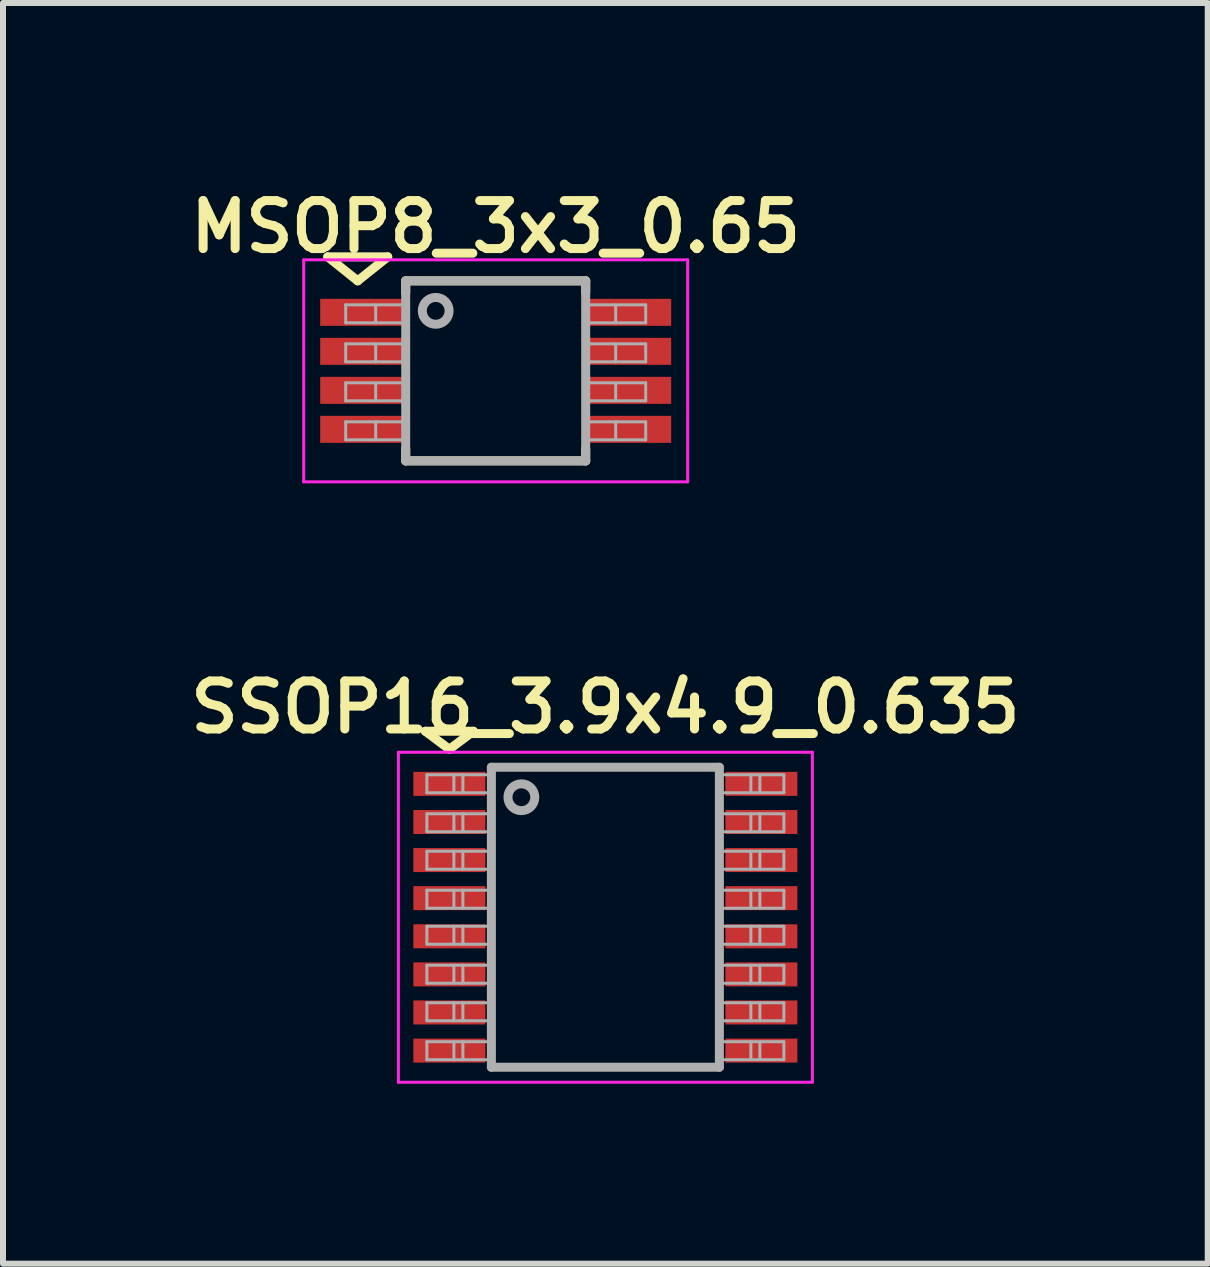
<source format=kicad_pcb>
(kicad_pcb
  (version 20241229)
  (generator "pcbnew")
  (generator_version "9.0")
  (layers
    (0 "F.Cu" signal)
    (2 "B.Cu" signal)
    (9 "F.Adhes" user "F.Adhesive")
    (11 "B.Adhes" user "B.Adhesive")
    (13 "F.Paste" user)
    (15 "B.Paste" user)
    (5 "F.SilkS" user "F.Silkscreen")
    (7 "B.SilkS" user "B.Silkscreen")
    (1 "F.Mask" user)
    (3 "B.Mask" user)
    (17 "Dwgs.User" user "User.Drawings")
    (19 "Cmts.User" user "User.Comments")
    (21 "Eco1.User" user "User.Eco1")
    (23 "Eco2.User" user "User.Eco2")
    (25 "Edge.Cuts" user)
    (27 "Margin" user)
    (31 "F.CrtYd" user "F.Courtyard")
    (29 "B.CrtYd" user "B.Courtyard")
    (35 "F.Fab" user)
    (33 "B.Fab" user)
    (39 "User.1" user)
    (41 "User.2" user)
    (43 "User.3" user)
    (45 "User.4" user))
  (footprint "MSOP8_3x3_0.65"
    (layer "F.Cu")
    (at 5.212 3.131)
    (property "Reference" "MSOP8_3x3_0.65" (at 0 -2.4 0) (layer "F.SilkS") (effects (font (size 0.8 0.8) (thickness 0.15))))
    (attr smd)
    (fp_line (start -2.8 -1.9) (end -1.8 -1.9) (stroke (width 0.15) (type solid)) (layer "F.SilkS"))
    (fp_line (start -2.3 -1.5) (end -2.8 -1.9) (stroke (width 0.15) (type solid)) (layer "F.SilkS"))
    (fp_line (start -2.3 -1.5) (end -1.8 -1.9) (stroke (width 0.15) (type solid)) (layer "F.SilkS"))
    (fp_line (start -1.5 -1.5) (end 1.5 -1.5) (stroke (width 0.15) (type solid)) (layer "F.SilkS"))
    (fp_line (start -1.5 -1.3) (end -1.5 -1.5) (stroke (width 0.15) (type solid)) (layer "F.SilkS"))
    (fp_line (start -1.5 1.5) (end -1.5 1.3) (stroke (width 0.15) (type solid)) (layer "F.SilkS"))
    (fp_line (start 1.5 -1.5) (end 1.5 -1.3) (stroke (width 0.15) (type solid)) (layer "F.SilkS"))
    (fp_line (start 1.5 1.3) (end 1.5 1.5) (stroke (width 0.15) (type solid)) (layer "F.SilkS"))
    (fp_line (start 1.5 1.5) (end -1.5 1.5) (stroke (width 0.15) (type solid)) (layer "F.SilkS"))
    (fp_line (start -3.2 -1.85) (end -3.2 1.85) (stroke (width 0.05) (type solid)) (layer "F.CrtYd"))
    (fp_line (start -3.2 -1.85) (end 3.2 -1.85) (stroke (width 0.05) (type solid)) (layer "F.CrtYd"))
    (fp_line (start -3.2 1.85) (end 3.2 1.85) (stroke (width 0.05) (type solid)) (layer "F.CrtYd"))
    (fp_line (start 3.2 -1.85) (end 3.2 1.85) (stroke (width 0.05) (type solid)) (layer "F.CrtYd"))
    (fp_line (start -2.5 -1.1) (end -2.5 -0.8) (stroke (width 0.05) (type solid)) (layer "F.Fab"))
    (fp_line (start -2.5 -0.8) (end -1.5 -0.8) (stroke (width 0.05) (type solid)) (layer "F.Fab"))
    (fp_line (start -2.5 -0.45) (end -2.5 -0.15) (stroke (width 0.05) (type solid)) (layer "F.Fab"))
    (fp_line (start -2.5 -0.15) (end -1.5 -0.15) (stroke (width 0.05) (type solid)) (layer "F.Fab"))
    (fp_line (start -2.5 0.2) (end -2.5 0.5) (stroke (width 0.05) (type solid)) (layer "F.Fab"))
    (fp_line (start -2.5 0.5) (end -1.5 0.5) (stroke (width 0.05) (type solid)) (layer "F.Fab"))
    (fp_line (start -2.5 0.85) (end -2.5 1.15) (stroke (width 0.05) (type solid)) (layer "F.Fab"))
    (fp_line (start -2.5 1.15) (end -1.5 1.15) (stroke (width 0.05) (type solid)) (layer "F.Fab"))
    (fp_line (start -2 -1.1) (end -2 -0.8) (stroke (width 0.05) (type solid)) (layer "F.Fab"))
    (fp_line (start -2 -0.45) (end -2 -0.15) (stroke (width 0.05) (type solid)) (layer "F.Fab"))
    (fp_line (start -2 0.2) (end -2 0.5) (stroke (width 0.05) (type solid)) (layer "F.Fab"))
    (fp_line (start -2 0.85) (end -2 1.15) (stroke (width 0.05) (type solid)) (layer "F.Fab"))
    (fp_line (start -1.5 -1.5) (end 1.5 -1.5) (stroke (width 0.15) (type solid)) (layer "F.Fab"))
    (fp_line (start -1.5 -1.1) (end -2.5 -1.1) (stroke (width 0.05) (type solid)) (layer "F.Fab"))
    (fp_line (start -1.5 -0.45) (end -2.5 -0.45) (stroke (width 0.05) (type solid)) (layer "F.Fab"))
    (fp_line (start -1.5 0.2) (end -2.5 0.2) (stroke (width 0.05) (type solid)) (layer "F.Fab"))
    (fp_line (start -1.5 0.85) (end -2.5 0.85) (stroke (width 0.05) (type solid)) (layer "F.Fab"))
    (fp_line (start -1.5 1.5) (end -1.5 -1.5) (stroke (width 0.15) (type solid)) (layer "F.Fab"))
    (fp_line (start 1.5 -1.5) (end 1.5 1.5) (stroke (width 0.15) (type solid)) (layer "F.Fab"))
    (fp_line (start 1.5 -0.8) (end 2.5 -0.8) (stroke (width 0.05) (type solid)) (layer "F.Fab"))
    (fp_line (start 1.5 -0.15) (end 2.5 -0.15) (stroke (width 0.05) (type solid)) (layer "F.Fab"))
    (fp_line (start 1.5 0.5) (end 2.5 0.5) (stroke (width 0.05) (type solid)) (layer "F.Fab"))
    (fp_line (start 1.5 1.15) (end 2.5 1.15) (stroke (width 0.05) (type solid)) (layer "F.Fab"))
    (fp_line (start 1.5 1.5) (end -1.5 1.5) (stroke (width 0.15) (type solid)) (layer "F.Fab"))
    (fp_line (start 2 -1.1) (end 2 -0.8) (stroke (width 0.05) (type solid)) (layer "F.Fab"))
    (fp_line (start 2 -0.45) (end 2 -0.15) (stroke (width 0.05) (type solid)) (layer "F.Fab"))
    (fp_line (start 2 0.2) (end 2 0.5) (stroke (width 0.05) (type solid)) (layer "F.Fab"))
    (fp_line (start 2 0.85) (end 2 1.15) (stroke (width 0.05) (type solid)) (layer "F.Fab"))
    (fp_line (start 2.5 -1.1) (end 1.5 -1.1) (stroke (width 0.05) (type solid)) (layer "F.Fab"))
    (fp_line (start 2.5 -1.1) (end 2.5 -0.8) (stroke (width 0.05) (type solid)) (layer "F.Fab"))
    (fp_line (start 2.5 -0.45) (end 1.5 -0.45) (stroke (width 0.05) (type solid)) (layer "F.Fab"))
    (fp_line (start 2.5 -0.45) (end 2.5 -0.15) (stroke (width 0.05) (type solid)) (layer "F.Fab"))
    (fp_line (start 2.5 0.2) (end 1.5 0.2) (stroke (width 0.05) (type solid)) (layer "F.Fab"))
    (fp_line (start 2.5 0.2) (end 2.5 0.5) (stroke (width 0.05) (type solid)) (layer "F.Fab"))
    (fp_line (start 2.5 0.85) (end 1.5 0.85) (stroke (width 0.05) (type solid)) (layer "F.Fab"))
    (fp_line (start 2.5 0.85) (end 2.5 1.15) (stroke (width 0.05) (type solid)) (layer "F.Fab"))
    (fp_circle (center -1 -1) (end -0.8 -0.9) (stroke (width 0.15) (type solid)) (fill no) (layer "F.Fab"))
    (pad "1" smd rect (at -2.2 -0.975) (size 1.45 0.45) (layers "F.Cu" "F.Mask" "F.Paste"))
    (pad "2" smd rect (at -2.2 -0.325) (size 1.45 0.45) (layers "F.Cu" "F.Mask" "F.Paste"))
    (pad "3" smd rect (at -2.2 0.325) (size 1.45 0.45) (layers "F.Cu" "F.Mask" "F.Paste"))
    (pad "4" smd rect (at -2.2 0.975) (size 1.45 0.45) (layers "F.Cu" "F.Mask" "F.Paste"))
    (pad "5" smd rect (at 2.2 0.975) (size 1.45 0.45) (layers "F.Cu" "F.Mask" "F.Paste"))
    (pad "6" smd rect (at 2.2 0.325) (size 1.45 0.45) (layers "F.Cu" "F.Mask" "F.Paste"))
    (pad "7" smd rect (at 2.2 -0.325) (size 1.45 0.45) (layers "F.Cu" "F.Mask" "F.Paste"))
    (pad "8" smd rect (at 2.2 -0.975) (size 1.45 0.45) (layers "F.Cu" "F.Mask" "F.Paste")))
  (footprint "SSOP16_3.9x4.9_0.635"
    (layer "F.Cu")
    (at 7.04 12.238)
    (property "Reference" "SSOP16_3.9x4.9_0.635" (at 0 -3.5 0) (layer "F.SilkS") (effects (font (size 0.8 0.8) (thickness 0.15))))
    (attr smd)
    (fp_line (start -3 -3.1) (end -2.6 -2.8) (stroke (width 0.15) (type solid)) (layer "F.SilkS"))
    (fp_line (start -2.6 -2.8) (end -2.2 -3.1) (stroke (width 0.15) (type solid)) (layer "F.SilkS"))
    (fp_line (start -2.2 -3.1) (end -3 -3.1) (stroke (width 0.15) (type solid)) (layer "F.SilkS"))
    (fp_line (start -3.45 -2.75) (end -3.45 2.75) (stroke (width 0.05) (type solid)) (layer "F.CrtYd"))
    (fp_line (start -3.45 -2.75) (end 3.45 -2.75) (stroke (width 0.05) (type solid)) (layer "F.CrtYd"))
    (fp_line (start -3.45 2.75) (end 3.45 2.75) (stroke (width 0.05) (type solid)) (layer "F.CrtYd"))
    (fp_line (start 3.45 -2.75) (end 3.45 2.75) (stroke (width 0.05) (type solid)) (layer "F.CrtYd"))
    (fp_line (start -2.975 -2.375) (end -2.975 -2.075) (stroke (width 0.05) (type solid)) (layer "F.Fab"))
    (fp_line (start -2.975 -2.075) (end -1.975 -2.075) (stroke (width 0.05) (type solid)) (layer "F.Fab"))
    (fp_line (start -2.975 -1.725) (end -2.975 -1.425) (stroke (width 0.05) (type solid)) (layer "F.Fab"))
    (fp_line (start -2.975 -1.425) (end -1.975 -1.425) (stroke (width 0.05) (type solid)) (layer "F.Fab"))
    (fp_line (start -2.975 -1.1) (end -2.975 -0.8) (stroke (width 0.05) (type solid)) (layer "F.Fab"))
    (fp_line (start -2.975 -0.8) (end -1.975 -0.8) (stroke (width 0.05) (type solid)) (layer "F.Fab"))
    (fp_line (start -2.975 -0.45) (end -2.975 -0.15) (stroke (width 0.05) (type solid)) (layer "F.Fab"))
    (fp_line (start -2.975 -0.15) (end -1.975 -0.15) (stroke (width 0.05) (type solid)) (layer "F.Fab"))
    (fp_line (start -2.975 0.15) (end -2.975 0.45) (stroke (width 0.05) (type solid)) (layer "F.Fab"))
    (fp_line (start -2.975 0.45) (end -1.975 0.45) (stroke (width 0.05) (type solid)) (layer "F.Fab"))
    (fp_line (start -2.975 0.8) (end -2.975 1.1) (stroke (width 0.05) (type solid)) (layer "F.Fab"))
    (fp_line (start -2.975 1.1) (end -1.975 1.1) (stroke (width 0.05) (type solid)) (layer "F.Fab"))
    (fp_line (start -2.975 1.425) (end -2.975 1.725) (stroke (width 0.05) (type solid)) (layer "F.Fab"))
    (fp_line (start -2.975 1.725) (end -1.975 1.725) (stroke (width 0.05) (type solid)) (layer "F.Fab"))
    (fp_line (start -2.975 2.075) (end -2.975 2.375) (stroke (width 0.05) (type solid)) (layer "F.Fab"))
    (fp_line (start -2.975 2.375) (end -1.975 2.375) (stroke (width 0.05) (type solid)) (layer "F.Fab"))
    (fp_line (start -2.525 -2.375) (end -2.525 -2.075) (stroke (width 0.05) (type solid)) (layer "F.Fab"))
    (fp_line (start -2.525 -1.725) (end -2.525 -1.425) (stroke (width 0.05) (type solid)) (layer "F.Fab"))
    (fp_line (start -2.525 -1.1) (end -2.525 -0.8) (stroke (width 0.05) (type solid)) (layer "F.Fab"))
    (fp_line (start -2.525 -0.45) (end -2.525 -0.15) (stroke (width 0.05) (type solid)) (layer "F.Fab"))
    (fp_line (start -2.525 0.15) (end -2.525 0.45) (stroke (width 0.05) (type solid)) (layer "F.Fab"))
    (fp_line (start -2.525 0.8) (end -2.525 1.1) (stroke (width 0.05) (type solid)) (layer "F.Fab"))
    (fp_line (start -2.525 1.425) (end -2.525 1.725) (stroke (width 0.05) (type solid)) (layer "F.Fab"))
    (fp_line (start -2.525 2.075) (end -2.525 2.375) (stroke (width 0.05) (type solid)) (layer "F.Fab"))
    (fp_line (start -2.375 -2.375) (end -2.375 -2.075) (stroke (width 0.05) (type solid)) (layer "F.Fab"))
    (fp_line (start -2.375 -1.725) (end -2.375 -1.425) (stroke (width 0.05) (type solid)) (layer "F.Fab"))
    (fp_line (start -2.375 -1.1) (end -2.375 -0.8) (stroke (width 0.05) (type solid)) (layer "F.Fab"))
    (fp_line (start -2.375 -0.45) (end -2.375 -0.15) (stroke (width 0.05) (type solid)) (layer "F.Fab"))
    (fp_line (start -2.375 0.15) (end -2.375 0.45) (stroke (width 0.05) (type solid)) (layer "F.Fab"))
    (fp_line (start -2.375 0.8) (end -2.375 1.1) (stroke (width 0.05) (type solid)) (layer "F.Fab"))
    (fp_line (start -2.375 1.425) (end -2.375 1.725) (stroke (width 0.05) (type solid)) (layer "F.Fab"))
    (fp_line (start -2.375 2.075) (end -2.375 2.375) (stroke (width 0.05) (type solid)) (layer "F.Fab"))
    (fp_line (start -1.975 -2.375) (end -2.975 -2.375) (stroke (width 0.05) (type solid)) (layer "F.Fab"))
    (fp_line (start -1.975 -1.725) (end -2.975 -1.725) (stroke (width 0.05) (type solid)) (layer "F.Fab"))
    (fp_line (start -1.975 -1.1) (end -2.975 -1.1) (stroke (width 0.05) (type solid)) (layer "F.Fab"))
    (fp_line (start -1.975 -0.45) (end -2.975 -0.45) (stroke (width 0.05) (type solid)) (layer "F.Fab"))
    (fp_line (start -1.975 0.15) (end -2.975 0.15) (stroke (width 0.05) (type solid)) (layer "F.Fab"))
    (fp_line (start -1.975 0.8) (end -2.975 0.8) (stroke (width 0.05) (type solid)) (layer "F.Fab"))
    (fp_line (start -1.975 1.425) (end -2.975 1.425) (stroke (width 0.05) (type solid)) (layer "F.Fab"))
    (fp_line (start -1.975 2.075) (end -2.975 2.075) (stroke (width 0.05) (type solid)) (layer "F.Fab"))
    (fp_line (start -1.9 -2.5) (end -1.9 2.5) (stroke (width 0.15) (type solid)) (layer "F.Fab"))
    (fp_line (start -1.9 2.5) (end 1.9 2.5) (stroke (width 0.15) (type solid)) (layer "F.Fab"))
    (fp_line (start 1.9 -2.5) (end -1.9 -2.5) (stroke (width 0.15) (type solid)) (layer "F.Fab"))
    (fp_line (start 1.9 2.5) (end 1.9 -2.5) (stroke (width 0.15) (type solid)) (layer "F.Fab"))
    (fp_line (start 1.975 -2.075) (end 2.975 -2.075) (stroke (width 0.05) (type solid)) (layer "F.Fab"))
    (fp_line (start 1.975 -1.425) (end 2.975 -1.425) (stroke (width 0.05) (type solid)) (layer "F.Fab"))
    (fp_line (start 1.975 -0.8) (end 2.975 -0.8) (stroke (width 0.05) (type solid)) (layer "F.Fab"))
    (fp_line (start 1.975 -0.15) (end 2.975 -0.15) (stroke (width 0.05) (type solid)) (layer "F.Fab"))
    (fp_line (start 1.975 0.45) (end 2.975 0.45) (stroke (width 0.05) (type solid)) (layer "F.Fab"))
    (fp_line (start 1.975 1.1) (end 2.975 1.1) (stroke (width 0.05) (type solid)) (layer "F.Fab"))
    (fp_line (start 1.975 1.725) (end 2.975 1.725) (stroke (width 0.05) (type solid)) (layer "F.Fab"))
    (fp_line (start 1.975 2.375) (end 2.975 2.375) (stroke (width 0.05) (type solid)) (layer "F.Fab"))
    (fp_line (start 2.425 -2.375) (end 2.425 -2.075) (stroke (width 0.05) (type solid)) (layer "F.Fab"))
    (fp_line (start 2.425 -1.725) (end 2.425 -1.425) (stroke (width 0.05) (type solid)) (layer "F.Fab"))
    (fp_line (start 2.425 -1.1) (end 2.425 -0.8) (stroke (width 0.05) (type solid)) (layer "F.Fab"))
    (fp_line (start 2.425 -0.45) (end 2.425 -0.15) (stroke (width 0.05) (type solid)) (layer "F.Fab"))
    (fp_line (start 2.425 0.15) (end 2.425 0.45) (stroke (width 0.05) (type solid)) (layer "F.Fab"))
    (fp_line (start 2.425 0.8) (end 2.425 1.1) (stroke (width 0.05) (type solid)) (layer "F.Fab"))
    (fp_line (start 2.425 1.425) (end 2.425 1.725) (stroke (width 0.05) (type solid)) (layer "F.Fab"))
    (fp_line (start 2.425 2.075) (end 2.425 2.375) (stroke (width 0.05) (type solid)) (layer "F.Fab"))
    (fp_line (start 2.575 -2.375) (end 2.575 -2.075) (stroke (width 0.05) (type solid)) (layer "F.Fab"))
    (fp_line (start 2.575 -1.725) (end 2.575 -1.425) (stroke (width 0.05) (type solid)) (layer "F.Fab"))
    (fp_line (start 2.575 -1.1) (end 2.575 -0.8) (stroke (width 0.05) (type solid)) (layer "F.Fab"))
    (fp_line (start 2.575 -0.45) (end 2.575 -0.15) (stroke (width 0.05) (type solid)) (layer "F.Fab"))
    (fp_line (start 2.575 0.15) (end 2.575 0.45) (stroke (width 0.05) (type solid)) (layer "F.Fab"))
    (fp_line (start 2.575 0.8) (end 2.575 1.1) (stroke (width 0.05) (type solid)) (layer "F.Fab"))
    (fp_line (start 2.575 1.425) (end 2.575 1.725) (stroke (width 0.05) (type solid)) (layer "F.Fab"))
    (fp_line (start 2.575 2.075) (end 2.575 2.375) (stroke (width 0.05) (type solid)) (layer "F.Fab"))
    (fp_line (start 2.975 -2.375) (end 1.975 -2.375) (stroke (width 0.05) (type solid)) (layer "F.Fab"))
    (fp_line (start 2.975 -2.375) (end 2.975 -2.075) (stroke (width 0.05) (type solid)) (layer "F.Fab"))
    (fp_line (start 2.975 -1.725) (end 1.975 -1.725) (stroke (width 0.05) (type solid)) (layer "F.Fab"))
    (fp_line (start 2.975 -1.725) (end 2.975 -1.425) (stroke (width 0.05) (type solid)) (layer "F.Fab"))
    (fp_line (start 2.975 -1.1) (end 1.975 -1.1) (stroke (width 0.05) (type solid)) (layer "F.Fab"))
    (fp_line (start 2.975 -1.1) (end 2.975 -0.8) (stroke (width 0.05) (type solid)) (layer "F.Fab"))
    (fp_line (start 2.975 -0.45) (end 1.975 -0.45) (stroke (width 0.05) (type solid)) (layer "F.Fab"))
    (fp_line (start 2.975 -0.45) (end 2.975 -0.15) (stroke (width 0.05) (type solid)) (layer "F.Fab"))
    (fp_line (start 2.975 0.15) (end 1.975 0.15) (stroke (width 0.05) (type solid)) (layer "F.Fab"))
    (fp_line (start 2.975 0.15) (end 2.975 0.45) (stroke (width 0.05) (type solid)) (layer "F.Fab"))
    (fp_line (start 2.975 0.8) (end 1.975 0.8) (stroke (width 0.05) (type solid)) (layer "F.Fab"))
    (fp_line (start 2.975 0.8) (end 2.975 1.1) (stroke (width 0.05) (type solid)) (layer "F.Fab"))
    (fp_line (start 2.975 1.425) (end 1.975 1.425) (stroke (width 0.05) (type solid)) (layer "F.Fab"))
    (fp_line (start 2.975 1.425) (end 2.975 1.725) (stroke (width 0.05) (type solid)) (layer "F.Fab"))
    (fp_line (start 2.975 2.075) (end 1.975 2.075) (stroke (width 0.05) (type solid)) (layer "F.Fab"))
    (fp_line (start 2.975 2.075) (end 2.975 2.375) (stroke (width 0.05) (type solid)) (layer "F.Fab"))
    (fp_circle (center -1.4 -2) (end -1.3 -1.8) (stroke (width 0.15) (type solid)) (fill no) (layer "F.Fab"))
    (pad "1" smd rect (at -2.6 -2.223) (size 1.2 0.4) (layers "F.Cu" "F.Mask" "F.Paste"))
    (pad "2" smd rect (at -2.6 -1.587) (size 1.2 0.4) (layers "F.Cu" "F.Mask" "F.Paste"))
    (pad "3" smd rect (at -2.6 -0.953) (size 1.2 0.4) (layers "F.Cu" "F.Mask" "F.Paste"))
    (pad "4" smd rect (at -2.6 -0.318) (size 1.2 0.4) (layers "F.Cu" "F.Mask" "F.Paste"))
    (pad "5" smd rect (at -2.6 0.318) (size 1.2 0.4) (layers "F.Cu" "F.Mask" "F.Paste"))
    (pad "6" smd rect (at -2.6 0.953) (size 1.2 0.4) (layers "F.Cu" "F.Mask" "F.Paste"))
    (pad "7" smd rect (at -2.6 1.587) (size 1.2 0.4) (layers "F.Cu" "F.Mask" "F.Paste"))
    (pad "8" smd rect (at -2.6 2.223) (size 1.2 0.4) (layers "F.Cu" "F.Mask" "F.Paste"))
    (pad "9" smd rect (at 2.6 2.223) (size 1.2 0.4) (layers "F.Cu" "F.Mask" "F.Paste"))
    (pad "10" smd rect (at 2.6 1.587) (size 1.2 0.4) (layers "F.Cu" "F.Mask" "F.Paste"))
    (pad "11" smd rect (at 2.6 0.953) (size 1.2 0.4) (layers "F.Cu" "F.Mask" "F.Paste"))
    (pad "12" smd rect (at 2.6 0.318) (size 1.2 0.4) (layers "F.Cu" "F.Mask" "F.Paste"))
    (pad "13" smd rect (at 2.6 -0.318) (size 1.2 0.4) (layers "F.Cu" "F.Mask" "F.Paste"))
    (pad "14" smd rect (at 2.6 -0.953) (size 1.2 0.4) (layers "F.Cu" "F.Mask" "F.Paste"))
    (pad "15" smd rect (at 2.6 -1.587) (size 1.2 0.4) (layers "F.Cu" "F.Mask" "F.Paste"))
    (pad "16" smd rect (at 2.6 -2.223) (size 1.2 0.4) (layers "F.Cu" "F.Mask" "F.Paste")))
  (gr_rect
    (start -3 -3)
    (end 17.08 18.012)
    (stroke (width 0.1) (type default))
    (fill no)
    (layer "Edge.Cuts")))
</source>
